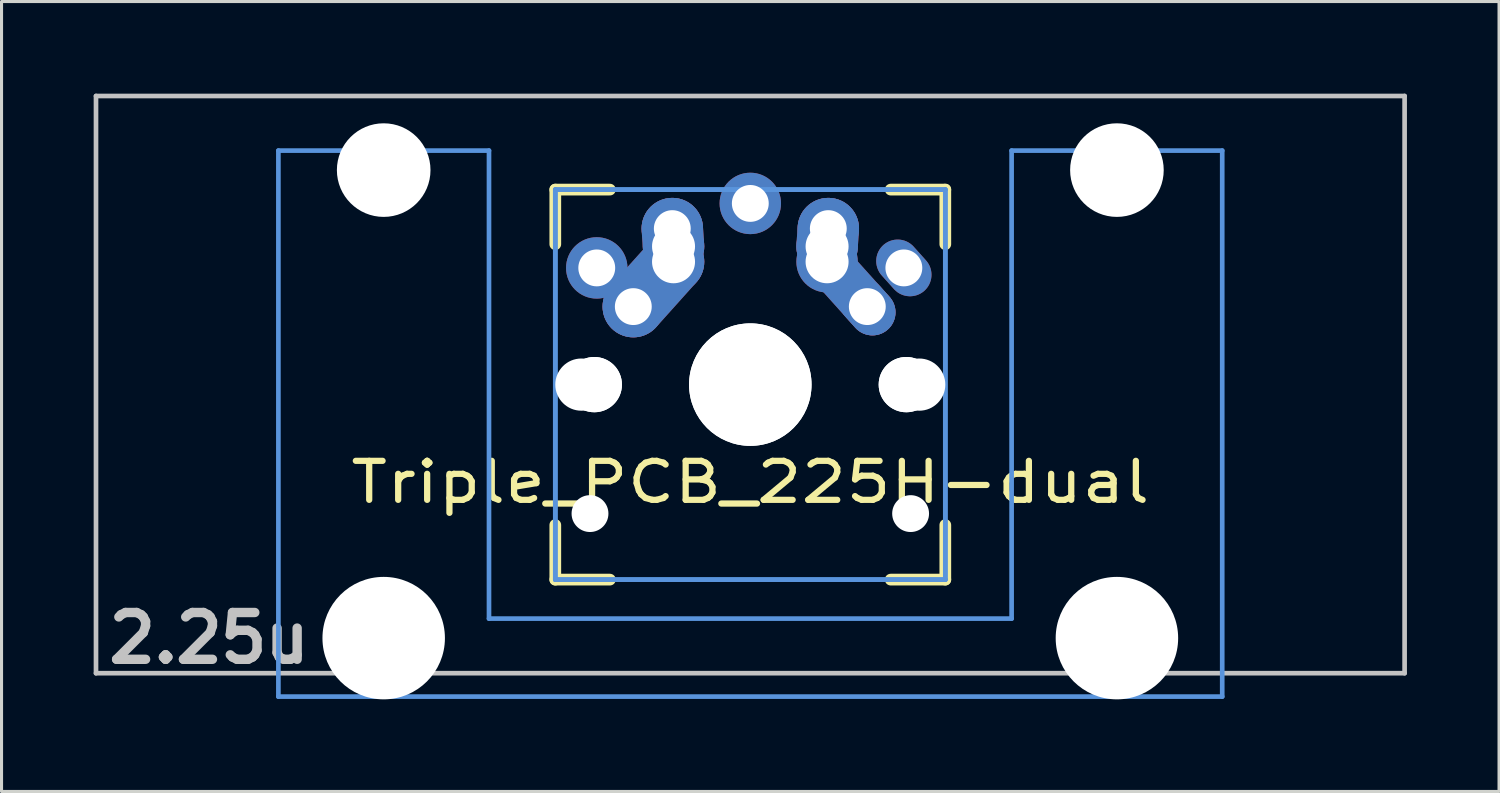
<source format=kicad_pcb>
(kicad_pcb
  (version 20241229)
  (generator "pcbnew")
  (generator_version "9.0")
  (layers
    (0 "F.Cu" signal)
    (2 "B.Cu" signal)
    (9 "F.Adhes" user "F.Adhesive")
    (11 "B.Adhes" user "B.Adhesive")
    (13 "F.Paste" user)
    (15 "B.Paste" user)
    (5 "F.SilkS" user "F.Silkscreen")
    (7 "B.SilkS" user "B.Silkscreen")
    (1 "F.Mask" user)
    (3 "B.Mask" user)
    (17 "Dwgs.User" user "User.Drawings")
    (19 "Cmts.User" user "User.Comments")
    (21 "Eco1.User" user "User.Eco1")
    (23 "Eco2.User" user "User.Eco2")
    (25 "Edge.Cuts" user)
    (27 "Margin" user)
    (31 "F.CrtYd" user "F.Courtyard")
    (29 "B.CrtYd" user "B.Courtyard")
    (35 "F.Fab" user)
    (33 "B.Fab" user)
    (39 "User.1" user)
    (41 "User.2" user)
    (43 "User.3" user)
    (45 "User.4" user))
  (footprint "Triple_PCB_225H-dual"
    (layer "F.Cu")
    (at 21.382 9.474)
    (property "Reference" "Triple_PCB_225H-dual" (at 0 3.175 0) (layer "F.SilkS") (effects (font (size 1.27 1.524) (thickness 0.203))))
    (attr through_hole)
    (fp_line (start -6.35 -6.35) (end -4.572 -6.35) (stroke (width 0.381) (type solid)) (layer "F.SilkS"))
    (fp_line (start -6.35 -4.572) (end -6.35 -6.35) (stroke (width 0.381) (type solid)) (layer "F.SilkS"))
    (fp_line (start -6.35 6.35) (end -6.35 4.572) (stroke (width 0.381) (type solid)) (layer "F.SilkS"))
    (fp_line (start -4.572 6.35) (end -6.35 6.35) (stroke (width 0.381) (type solid)) (layer "F.SilkS"))
    (fp_line (start 4.572 -6.35) (end 6.35 -6.35) (stroke (width 0.381) (type solid)) (layer "F.SilkS"))
    (fp_line (start 6.35 -6.35) (end 6.35 -4.572) (stroke (width 0.381) (type solid)) (layer "F.SilkS"))
    (fp_line (start 6.35 4.572) (end 6.35 6.35) (stroke (width 0.381) (type solid)) (layer "F.SilkS"))
    (fp_line (start 6.35 6.35) (end 4.572 6.35) (stroke (width 0.381) (type solid)) (layer "F.SilkS"))
    (fp_line (start -21.306 -9.398) (end 21.306 -9.398) (stroke (width 0.152) (type solid)) (layer "Dwgs.User"))
    (fp_line (start -21.306 9.398) (end -21.306 -9.398) (stroke (width 0.152) (type solid)) (layer "Dwgs.User"))
    (fp_line (start 21.306 -9.398) (end 21.306 9.398) (stroke (width 0.152) (type solid)) (layer "Dwgs.User"))
    (fp_line (start 21.306 9.398) (end -21.306 9.398) (stroke (width 0.152) (type solid)) (layer "Dwgs.User"))
    (fp_line (start -15.367 -7.62) (end -15.367 10.16) (stroke (width 0.152) (type solid)) (layer "Cmts.User"))
    (fp_line (start -15.367 10.16) (end 15.367 10.16) (stroke (width 0.152) (type solid)) (layer "Cmts.User"))
    (fp_line (start -8.509 -7.62) (end -15.367 -7.62) (stroke (width 0.152) (type solid)) (layer "Cmts.User"))
    (fp_line (start -8.509 7.62) (end -8.509 -7.62) (stroke (width 0.152) (type solid)) (layer "Cmts.User"))
    (fp_line (start -6.35 -6.35) (end 6.35 -6.35) (stroke (width 0.152) (type solid)) (layer "Cmts.User"))
    (fp_line (start -6.35 -6.35) (end 6.35 -6.35) (stroke (width 0.152) (type solid)) (layer "Cmts.User"))
    (fp_line (start -6.35 6.35) (end -6.35 -6.35) (stroke (width 0.152) (type solid)) (layer "Cmts.User"))
    (fp_line (start -6.35 6.35) (end -6.35 -6.35) (stroke (width 0.152) (type solid)) (layer "Cmts.User"))
    (fp_line (start 6.35 -6.35) (end 6.35 6.35) (stroke (width 0.152) (type solid)) (layer "Cmts.User"))
    (fp_line (start 6.35 -6.35) (end 6.35 6.35) (stroke (width 0.152) (type solid)) (layer "Cmts.User"))
    (fp_line (start 6.35 6.35) (end -6.35 6.35) (stroke (width 0.152) (type solid)) (layer "Cmts.User"))
    (fp_line (start 6.35 6.35) (end -6.35 6.35) (stroke (width 0.152) (type solid)) (layer "Cmts.User"))
    (fp_line (start 8.509 -7.62) (end 8.509 7.62) (stroke (width 0.152) (type solid)) (layer "Cmts.User"))
    (fp_line (start 8.509 7.62) (end -8.509 7.62) (stroke (width 0.152) (type solid)) (layer "Cmts.User"))
    (fp_line (start 15.367 -7.62) (end 8.509 -7.62) (stroke (width 0.152) (type solid)) (layer "Cmts.User"))
    (fp_line (start 15.367 10.16) (end 15.367 -7.62) (stroke (width 0.152) (type solid)) (layer "Cmts.User"))
    (fp_line (start -16.129 -2.286) (end -15.265 -2.286) (stroke (width 0.152) (type solid)) (layer "Eco2.User"))
    (fp_line (start -16.129 0.508) (end -16.129 -2.286) (stroke (width 0.152) (type solid)) (layer "Eco2.User"))
    (fp_line (start -15.265 -5.69) (end -8.611 -5.69) (stroke (width 0.152) (type solid)) (layer "Eco2.User"))
    (fp_line (start -15.265 -2.286) (end -15.265 -5.69) (stroke (width 0.152) (type solid)) (layer "Eco2.User"))
    (fp_line (start -15.265 0.508) (end -16.129 0.508) (stroke (width 0.152) (type solid)) (layer "Eco2.User"))
    (fp_line (start -15.265 6.604) (end -15.265 0.508) (stroke (width 0.152) (type solid)) (layer "Eco2.User"))
    (fp_line (start -14.224 6.604) (end -15.265 6.604) (stroke (width 0.152) (type solid)) (layer "Eco2.User"))
    (fp_line (start -14.224 7.772) (end -14.224 6.604) (stroke (width 0.152) (type solid)) (layer "Eco2.User"))
    (fp_line (start -9.652 6.604) (end -9.652 7.772) (stroke (width 0.152) (type solid)) (layer "Eco2.User"))
    (fp_line (start -9.652 7.772) (end -14.224 7.772) (stroke (width 0.152) (type solid)) (layer "Eco2.User"))
    (fp_line (start -8.611 -5.69) (end -8.611 -4.877) (stroke (width 0.152) (type solid)) (layer "Eco2.User"))
    (fp_line (start -8.611 -4.877) (end -6.985 -4.877) (stroke (width 0.152) (type solid)) (layer "Eco2.User"))
    (fp_line (start -8.611 5.817) (end -8.611 6.604) (stroke (width 0.152) (type solid)) (layer "Eco2.User"))
    (fp_line (start -8.611 6.604) (end -9.652 6.604) (stroke (width 0.152) (type solid)) (layer "Eco2.User"))
    (fp_line (start -7.5 -7.5) (end 7.5 -7.5) (stroke (width 0.152) (type solid)) (layer "Eco2.User"))
    (fp_line (start -7.5 7.5) (end -7.5 -7.5) (stroke (width 0.152) (type solid)) (layer "Eco2.User"))
    (fp_line (start -6.985 -6.985) (end 6.985 -6.985) (stroke (width 0.152) (type solid)) (layer "Eco2.User"))
    (fp_line (start -6.985 -6.985) (end 6.985 -6.985) (stroke (width 0.152) (type solid)) (layer "Eco2.User"))
    (fp_line (start -6.985 -4.877) (end -6.985 -6.985) (stroke (width 0.152) (type solid)) (layer "Eco2.User"))
    (fp_line (start -6.985 5.817) (end -8.611 5.817) (stroke (width 0.152) (type solid)) (layer "Eco2.User"))
    (fp_line (start -6.985 6.985) (end -6.985 -6.985) (stroke (width 0.152) (type solid)) (layer "Eco2.User"))
    (fp_line (start -6.985 6.985) (end -6.985 5.817) (stroke (width 0.152) (type solid)) (layer "Eco2.User"))
    (fp_line (start 6.985 -6.985) (end 6.985 -4.877) (stroke (width 0.152) (type solid)) (layer "Eco2.User"))
    (fp_line (start 6.985 -6.985) (end 6.985 6.985) (stroke (width 0.152) (type solid)) (layer "Eco2.User"))
    (fp_line (start 6.985 -4.877) (end 8.611 -4.877) (stroke (width 0.152) (type solid)) (layer "Eco2.User"))
    (fp_line (start 6.985 5.817) (end 6.985 6.985) (stroke (width 0.152) (type solid)) (layer "Eco2.User"))
    (fp_line (start 6.985 6.985) (end -6.985 6.985) (stroke (width 0.152) (type solid)) (layer "Eco2.User"))
    (fp_line (start 6.985 6.985) (end -6.985 6.985) (stroke (width 0.152) (type solid)) (layer "Eco2.User"))
    (fp_line (start 7.5 -7.5) (end 7.5 7.5) (stroke (width 0.152) (type solid)) (layer "Eco2.User"))
    (fp_line (start 7.5 7.5) (end -7.5 7.5) (stroke (width 0.152) (type solid)) (layer "Eco2.User"))
    (fp_line (start 8.611 -5.69) (end 15.265 -5.69) (stroke (width 0.152) (type solid)) (layer "Eco2.User"))
    (fp_line (start 8.611 -4.877) (end 8.611 -5.69) (stroke (width 0.152) (type solid)) (layer "Eco2.User"))
    (fp_line (start 8.611 5.817) (end 6.985 5.817) (stroke (width 0.152) (type solid)) (layer "Eco2.User"))
    (fp_line (start 8.611 6.604) (end 8.611 5.817) (stroke (width 0.152) (type solid)) (layer "Eco2.User"))
    (fp_line (start 9.652 6.604) (end 8.611 6.604) (stroke (width 0.152) (type solid)) (layer "Eco2.User"))
    (fp_line (start 9.652 7.772) (end 9.652 6.604) (stroke (width 0.152) (type solid)) (layer "Eco2.User"))
    (fp_line (start 14.224 6.604) (end 14.224 7.772) (stroke (width 0.152) (type solid)) (layer "Eco2.User"))
    (fp_line (start 14.224 7.772) (end 9.652 7.772) (stroke (width 0.152) (type solid)) (layer "Eco2.User"))
    (fp_line (start 15.265 -5.69) (end 15.265 -2.286) (stroke (width 0.152) (type solid)) (layer "Eco2.User"))
    (fp_line (start 15.265 -2.286) (end 16.129 -2.286) (stroke (width 0.152) (type solid)) (layer "Eco2.User"))
    (fp_line (start 15.265 0.508) (end 15.265 6.604) (stroke (width 0.152) (type solid)) (layer "Eco2.User"))
    (fp_line (start 15.265 6.604) (end 14.224 6.604) (stroke (width 0.152) (type solid)) (layer "Eco2.User"))
    (fp_line (start 16.129 -2.286) (end 16.129 0.508) (stroke (width 0.152) (type solid)) (layer "Eco2.User"))
    (fp_line (start 16.129 0.508) (end 15.265 0.508) (stroke (width 0.152) (type solid)) (layer "Eco2.User"))
    (fp_text user "2.25u" (at -17.623 8.255 0) (layer "Dwgs.User") (effects (font (size 1.524 1.524) (thickness 0.305))))
    (pad "" np_thru_hole circle (at -11.938 -6.985) (size 3.048 3.048) (drill 3.048) (layers "*.Cu"))
    (pad "" np_thru_hole circle (at -11.938 8.255) (size 3.988 3.988) (drill 3.988) (layers "*.Cu"))
    (pad "" np_thru_hole circle (at -5.5 0) (size 1.7 1.7) (drill 1.7) (layers "*.Cu"))
    (pad "" np_thru_hole circle (at -5.22 4.2) (size 1.2 1.2) (drill 1.2) (layers "*.Cu"))
    (pad "" np_thru_hole circle (at -5.08 0) (size 1.8 1.8) (drill 1.8) (layers "*.Cu"))
    (pad "" np_thru_hole circle (at -5.08 0) (size 1.8 1.8) (drill 1.8) (layers "*.Cu"))
    (pad "" np_thru_hole circle (at 0 0) (size 3.988 3.988) (drill 3.988) (layers "*.Cu"))
    (pad "" np_thru_hole circle (at 0 0) (size 3.988 3.988) (drill 3.988) (layers "*.Cu"))
    (pad "" np_thru_hole circle (at 5.08 0) (size 1.8 1.8) (drill 1.8) (layers "*.Cu"))
    (pad "" np_thru_hole circle (at 5.08 0) (size 1.8 1.8) (drill 1.8) (layers "*.Cu"))
    (pad "" np_thru_hole circle (at 5.22 4.2) (size 1.2 1.2) (drill 1.2) (layers "*.Cu"))
    (pad "" np_thru_hole circle (at 5.5 0) (size 1.7 1.7) (drill 1.7) (layers "*.Cu"))
    (pad "" np_thru_hole circle (at 11.938 -6.985) (size 3.048 3.048) (drill 3.048) (layers "*.Cu"))
    (pad "" np_thru_hole circle (at 11.938 8.255) (size 3.988 3.988) (drill 3.988) (layers "*.Cu"))
    (pad "1" thru_hole circle (at -5 -3.8 138.1) (size 2 2) (drill 1.2) (layers "*.Cu" "*.Mask"))
    (pad "1" thru_hole circle (at -3.81 -2.54) (size 2 2) (drill oval 1.2) (layers "*.Cu" "*.Mask"))
    (pad "1" smd oval (at -3.155 -3.27 138.1) (size 2 3.962) (layers "F.Cu" "F.Mask" "F.Paste"))
    (pad "1" smd oval (at -3.155 -3.27 138.1) (size 2 3.962) (layers "B.Cu" "B.Mask" "B.Paste"))
    (pad "1" thru_hole circle (at -2.54 -5.08 330.95) (size 2 2) (drill 1.2) (layers "*.Cu" "*.Mask"))
    (pad "1" smd oval (at -2.52 -4.79 3.945) (size 2 2.581) (layers "F.Cu" "F.Mask" "F.Paste"))
    (pad "1" smd oval (at -2.52 -4.79 3.945) (size 2 2.581) (layers "B.Cu" "B.Mask" "B.Paste"))
    (pad "1" thru_hole circle (at -2.5 -4.5 330.95) (size 2 2) (drill 1.4) (layers "*.Cu" "*.Mask"))
    (pad "1" thru_hole circle (at -2.5 -4 330.95) (size 2 2) (drill 1.4) (layers "*.Cu" "*.Mask"))
    (pad "1" thru_hole oval (at 5 -3.8 221.9) (size 1.4 2) (drill 1.2) (layers "*.Cu" "*.Mask"))
    (pad "2" thru_hole circle (at 0 -5.9) (size 2 2) (drill 1.2) (layers "*.Cu" "*.Mask"))
    (pad "2" thru_hole circle (at 2.5 -4.5 330.95) (size 2 2) (drill 1.4) (layers "*.Cu" "*.Mask"))
    (pad "2" thru_hole circle (at 2.5 -4) (size 2 2) (drill 1.4) (layers "*.Cu" "*.Mask"))
    (pad "2" smd oval (at 2.52 -4.79 356.055) (size 2 2.581) (layers "F.Cu" "F.Mask" "F.Paste"))
    (pad "2" smd oval (at 2.52 -4.79 356.055) (size 2 2.581) (layers "B.Cu" "B.Mask" "B.Paste"))
    (pad "2" thru_hole circle (at 2.54 -5.08 330.95) (size 2 2) (drill 1.2) (layers "*.Cu" "*.Mask"))
    (pad "2" smd oval (at 3.155 -3.27 221.9) (size 1.5 3.962) (layers "F.Cu" "F.Mask" "F.Paste"))
    (pad "2" smd oval (at 3.155 -3.27 221.9) (size 1.5 3.962) (layers "B.Cu" "B.Mask" "B.Paste"))
    (pad "2" thru_hole oval (at 3.81 -2.54 311.9) (size 2 1.5) (drill 1.2) (layers "*.Cu" "*.Mask")))
  (gr_rect
    (start -3 -3)
    (end 45.763 22.723)
    (stroke (width 0.1) (type default))
    (fill no)
    (layer "Edge.Cuts")))
</source>
